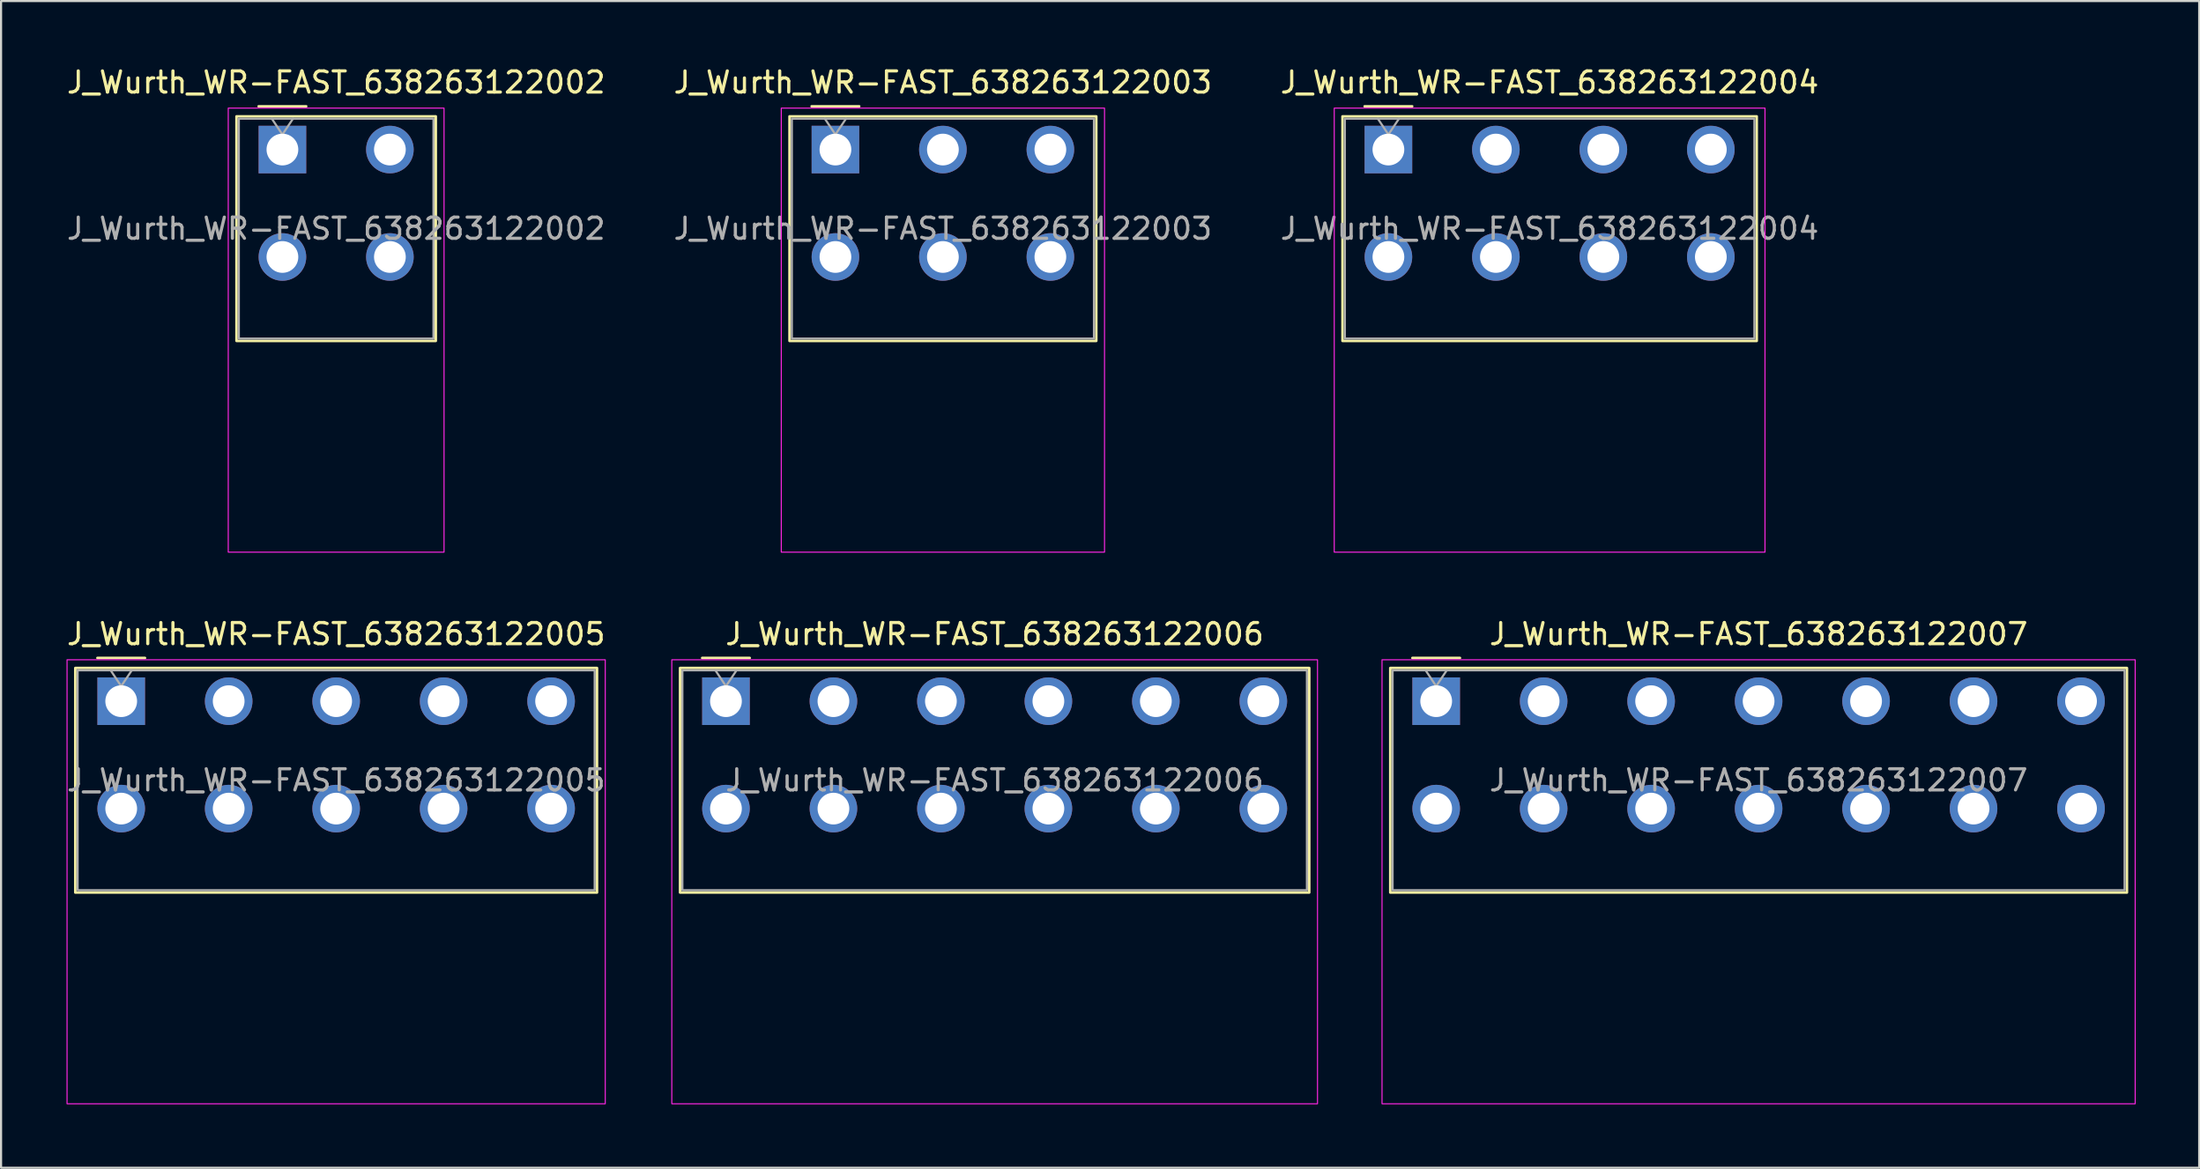
<source format=kicad_pcb>
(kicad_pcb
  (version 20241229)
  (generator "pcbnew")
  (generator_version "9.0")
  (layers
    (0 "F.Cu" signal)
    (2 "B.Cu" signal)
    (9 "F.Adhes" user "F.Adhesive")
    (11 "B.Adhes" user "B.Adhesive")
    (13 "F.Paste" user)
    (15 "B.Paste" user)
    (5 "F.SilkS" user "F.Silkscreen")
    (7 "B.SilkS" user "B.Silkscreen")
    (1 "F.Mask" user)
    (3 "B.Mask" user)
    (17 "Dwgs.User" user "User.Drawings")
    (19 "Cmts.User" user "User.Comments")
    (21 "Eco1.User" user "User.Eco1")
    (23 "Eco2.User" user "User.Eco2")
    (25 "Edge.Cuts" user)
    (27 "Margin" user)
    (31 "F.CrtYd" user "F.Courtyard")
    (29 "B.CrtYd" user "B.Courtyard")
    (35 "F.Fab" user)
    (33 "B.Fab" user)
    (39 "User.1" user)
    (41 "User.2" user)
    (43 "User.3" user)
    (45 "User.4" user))
  (footprint "J_Wurth_WR-FAST_638263122003"
    (layer "F.Cu")
    (at 36.438 4.023)
    (property "Reference" "J_Wurth_WR-FAST_638263122003" (at 5.08 -3.175 0) (unlocked yes) (layer "F.SilkS") (effects (font (size 1 1) (thickness 0.15))))
    (attr through_hole)
    (fp_line (start -1.125 -2.045) (end 1.125 -2.045) (stroke (width 0.12) (type solid)) (layer "F.SilkS"))
    (fp_rect (start -2.17 -1.57) (end 12.33 9.05) (stroke (width 0.12) (type solid)) (fill no) (layer "F.SilkS"))
    (fp_rect (start -2.56 -1.96) (end 12.72 19.04) (stroke (width 0.05) (type solid)) (fill no) (layer "F.CrtYd"))
    (fp_line (start 0 -0.71) (end -0.5 -1.46) (stroke (width 0.1) (type solid)) (layer "F.Fab"))
    (fp_line (start 0 -0.71) (end 0.5 -1.46) (stroke (width 0.1) (type solid)) (layer "F.Fab"))
    (fp_rect (start -2.06 -1.46) (end 12.22 8.94) (stroke (width 0.1) (type solid)) (fill no) (layer "F.Fab"))
    (fp_text user "${REFERENCE}" (at 5.08 3.74 0) (unlocked yes) (layer "F.Fab") (effects (font (size 1 1) (thickness 0.15))))
    (pad "1" thru_hole rect (at 0 0) (size 2.25 2.25) (drill 1.5) (layers "*.Cu" "*.Mask"))
    (pad "2" thru_hole circle (at 5.08 0) (size 2.25 2.25) (drill 1.5) (layers "*.Cu" "*.Mask"))
    (pad "3" thru_hole circle (at 10.16 0) (size 2.25 2.25) (drill 1.5) (layers "*.Cu" "*.Mask"))
    (pad "A1" thru_hole circle (at 0 5.08) (size 2.25 2.25) (drill 1.5) (layers "*.Cu" "*.Mask"))
    (pad "A2" thru_hole circle (at 5.08 5.08) (size 2.25 2.25) (drill 1.5) (layers "*.Cu" "*.Mask"))
    (pad "A3" thru_hole circle (at 10.16 5.08) (size 2.25 2.25) (drill 1.5) (layers "*.Cu" "*.Mask")))
  (footprint "J_Wurth_WR-FAST_638263122002"
    (layer "F.Cu")
    (at 10.299 4.023)
    (property "Reference" "J_Wurth_WR-FAST_638263122002" (at 2.54 -3.175 0) (unlocked yes) (layer "F.SilkS") (effects (font (size 1 1) (thickness 0.15))))
    (attr through_hole)
    (fp_line (start -1.125 -2.045) (end 1.125 -2.045) (stroke (width 0.12) (type solid)) (layer "F.SilkS"))
    (fp_rect (start -2.17 -1.57) (end 7.25 9.05) (stroke (width 0.12) (type default)) (fill no) (layer "F.SilkS"))
    (fp_rect (start -2.56 -1.96) (end 7.64 19.04) (stroke (width 0.05) (type solid)) (fill no) (layer "F.CrtYd"))
    (fp_line (start 0 -0.71) (end -0.5 -1.46) (stroke (width 0.1) (type solid)) (layer "F.Fab"))
    (fp_line (start 0 -0.71) (end 0.5 -1.46) (stroke (width 0.1) (type solid)) (layer "F.Fab"))
    (fp_rect (start -2.06 -1.46) (end 7.14 8.94) (stroke (width 0.1) (type solid)) (fill no) (layer "F.Fab"))
    (fp_text user "${REFERENCE}" (at 2.54 3.74 0) (unlocked yes) (layer "F.Fab") (effects (font (size 1 1) (thickness 0.15))))
    (pad "1" thru_hole rect (at 0 0) (size 2.25 2.25) (drill 1.5) (layers "*.Cu" "*.Mask"))
    (pad "2" thru_hole circle (at 5.08 0) (size 2.25 2.25) (drill 1.5) (layers "*.Cu" "*.Mask"))
    (pad "A1" thru_hole circle (at 0 5.08) (size 2.25 2.25) (drill 1.5) (layers "*.Cu" "*.Mask"))
    (pad "A2" thru_hole circle (at 5.08 5.08) (size 2.25 2.25) (drill 1.5) (layers "*.Cu" "*.Mask")))
  (footprint "J_Wurth_WR-FAST_638263122006"
    (layer "F.Cu")
    (at 31.264 30.111)
    (property "Reference" "J_Wurth_WR-FAST_638263122006" (at 12.7 -3.175 0) (unlocked yes) (layer "F.SilkS") (effects (font (size 1 1) (thickness 0.15))))
    (attr through_hole)
    (fp_line (start -1.125 -2.045) (end 1.125 -2.045) (stroke (width 0.12) (type solid)) (layer "F.SilkS"))
    (fp_rect (start -2.17 -1.57) (end 27.57 9.05) (stroke (width 0.12) (type solid)) (fill no) (layer "F.SilkS"))
    (fp_rect (start -2.56 -1.96) (end 27.96 19.04) (stroke (width 0.05) (type solid)) (fill no) (layer "F.CrtYd"))
    (fp_line (start 0 -0.71) (end -0.5 -1.46) (stroke (width 0.1) (type solid)) (layer "F.Fab"))
    (fp_line (start 0 -0.71) (end 0.5 -1.46) (stroke (width 0.1) (type solid)) (layer "F.Fab"))
    (fp_rect (start -2.06 -1.46) (end 27.46 8.94) (stroke (width 0.1) (type solid)) (fill no) (layer "F.Fab"))
    (fp_text user "${REFERENCE}" (at 12.7 3.74 0) (unlocked yes) (layer "F.Fab") (effects (font (size 1 1) (thickness 0.15))))
    (pad "1" thru_hole rect (at 0 0) (size 2.25 2.25) (drill 1.5) (layers "*.Cu" "*.Mask"))
    (pad "2" thru_hole circle (at 5.08 0) (size 2.25 2.25) (drill 1.5) (layers "*.Cu" "*.Mask"))
    (pad "3" thru_hole circle (at 10.16 0) (size 2.25 2.25) (drill 1.5) (layers "*.Cu" "*.Mask"))
    (pad "4" thru_hole circle (at 15.24 0) (size 2.25 2.25) (drill 1.5) (layers "*.Cu" "*.Mask"))
    (pad "5" thru_hole circle (at 20.32 0) (size 2.25 2.25) (drill 1.5) (layers "*.Cu" "*.Mask"))
    (pad "6" thru_hole circle (at 25.4 0) (size 2.25 2.25) (drill 1.5) (layers "*.Cu" "*.Mask"))
    (pad "A1" thru_hole circle (at 0 5.08) (size 2.25 2.25) (drill 1.5) (layers "*.Cu" "*.Mask"))
    (pad "A2" thru_hole circle (at 5.08 5.08) (size 2.25 2.25) (drill 1.5) (layers "*.Cu" "*.Mask"))
    (pad "A3" thru_hole circle (at 10.16 5.08) (size 2.25 2.25) (drill 1.5) (layers "*.Cu" "*.Mask"))
    (pad "A4" thru_hole circle (at 15.24 5.08) (size 2.25 2.25) (drill 1.5) (layers "*.Cu" "*.Mask"))
    (pad "A5" thru_hole circle (at 20.32 5.08) (size 2.25 2.25) (drill 1.5) (layers "*.Cu" "*.Mask"))
    (pad "A6" thru_hole circle (at 25.4 5.08) (size 2.25 2.25) (drill 1.5) (layers "*.Cu" "*.Mask")))
  (footprint "J_Wurth_WR-FAST_638263122007"
    (layer "F.Cu")
    (at 64.834 30.111)
    (property "Reference" "J_Wurth_WR-FAST_638263122007" (at 15.24 -3.175 0) (unlocked yes) (layer "F.SilkS") (effects (font (size 1 1) (thickness 0.15))))
    (attr through_hole)
    (fp_line (start -1.125 -2.045) (end 1.125 -2.045) (stroke (width 0.12) (type solid)) (layer "F.SilkS"))
    (fp_rect (start -2.17 -1.57) (end 32.65 9.05) (stroke (width 0.12) (type solid)) (fill no) (layer "F.SilkS"))
    (fp_rect (start -2.56 -1.96) (end 33.04 19.04) (stroke (width 0.05) (type solid)) (fill no) (layer "F.CrtYd"))
    (fp_line (start 0 -0.71) (end -0.5 -1.46) (stroke (width 0.1) (type solid)) (layer "F.Fab"))
    (fp_line (start 0 -0.71) (end 0.5 -1.46) (stroke (width 0.1) (type solid)) (layer "F.Fab"))
    (fp_rect (start -2.06 -1.46) (end 32.54 8.94) (stroke (width 0.1) (type solid)) (fill no) (layer "F.Fab"))
    (fp_text user "${REFERENCE}" (at 15.24 3.74 0) (unlocked yes) (layer "F.Fab") (effects (font (size 1 1) (thickness 0.15))))
    (pad "1" thru_hole rect (at 0 0) (size 2.25 2.25) (drill 1.5) (layers "*.Cu" "*.Mask"))
    (pad "2" thru_hole circle (at 5.08 0) (size 2.25 2.25) (drill 1.5) (layers "*.Cu" "*.Mask"))
    (pad "3" thru_hole circle (at 10.16 0) (size 2.25 2.25) (drill 1.5) (layers "*.Cu" "*.Mask"))
    (pad "4" thru_hole circle (at 15.24 0) (size 2.25 2.25) (drill 1.5) (layers "*.Cu" "*.Mask"))
    (pad "5" thru_hole circle (at 20.32 0) (size 2.25 2.25) (drill 1.5) (layers "*.Cu" "*.Mask"))
    (pad "6" thru_hole circle (at 25.4 0) (size 2.25 2.25) (drill 1.5) (layers "*.Cu" "*.Mask"))
    (pad "7" thru_hole circle (at 30.48 0) (size 2.25 2.25) (drill 1.5) (layers "*.Cu" "*.Mask"))
    (pad "A1" thru_hole circle (at 0 5.08) (size 2.25 2.25) (drill 1.5) (layers "*.Cu" "*.Mask"))
    (pad "A2" thru_hole circle (at 5.08 5.08) (size 2.25 2.25) (drill 1.5) (layers "*.Cu" "*.Mask"))
    (pad "A3" thru_hole circle (at 10.16 5.08) (size 2.25 2.25) (drill 1.5) (layers "*.Cu" "*.Mask"))
    (pad "A4" thru_hole circle (at 15.24 5.08) (size 2.25 2.25) (drill 1.5) (layers "*.Cu" "*.Mask"))
    (pad "A5" thru_hole circle (at 20.32 5.08) (size 2.25 2.25) (drill 1.5) (layers "*.Cu" "*.Mask"))
    (pad "A6" thru_hole circle (at 25.4 5.08) (size 2.25 2.25) (drill 1.5) (layers "*.Cu" "*.Mask"))
    (pad "A7" thru_hole circle (at 30.48 5.08) (size 2.25 2.25) (drill 1.5) (layers "*.Cu" "*.Mask")))
  (footprint "J_Wurth_WR-FAST_638263122005"
    (layer "F.Cu")
    (at 2.679 30.111)
    (property "Reference" "J_Wurth_WR-FAST_638263122005" (at 10.16 -3.175 0) (unlocked yes) (layer "F.SilkS") (effects (font (size 1 1) (thickness 0.15))))
    (attr through_hole)
    (fp_line (start -1.125 -2.045) (end 1.125 -2.045) (stroke (width 0.12) (type solid)) (layer "F.SilkS"))
    (fp_rect (start -2.17 -1.57) (end 22.49 9.05) (stroke (width 0.12) (type solid)) (fill no) (layer "F.SilkS"))
    (fp_rect (start -2.56 -1.96) (end 22.88 19.04) (stroke (width 0.05) (type solid)) (fill no) (layer "F.CrtYd"))
    (fp_line (start 0 -0.71) (end -0.5 -1.46) (stroke (width 0.1) (type solid)) (layer "F.Fab"))
    (fp_line (start 0 -0.71) (end 0.5 -1.46) (stroke (width 0.1) (type solid)) (layer "F.Fab"))
    (fp_rect (start -2.06 -1.46) (end 22.38 8.94) (stroke (width 0.1) (type solid)) (fill no) (layer "F.Fab"))
    (fp_text user "${REFERENCE}" (at 10.16 3.74 0) (unlocked yes) (layer "F.Fab") (effects (font (size 1 1) (thickness 0.15))))
    (pad "1" thru_hole rect (at 0 0) (size 2.25 2.25) (drill 1.5) (layers "*.Cu" "*.Mask"))
    (pad "2" thru_hole circle (at 5.08 0) (size 2.25 2.25) (drill 1.5) (layers "*.Cu" "*.Mask"))
    (pad "3" thru_hole circle (at 10.16 0) (size 2.25 2.25) (drill 1.5) (layers "*.Cu" "*.Mask"))
    (pad "4" thru_hole circle (at 15.24 0) (size 2.25 2.25) (drill 1.5) (layers "*.Cu" "*.Mask"))
    (pad "5" thru_hole circle (at 20.32 0) (size 2.25 2.25) (drill 1.5) (layers "*.Cu" "*.Mask"))
    (pad "A1" thru_hole circle (at 0 5.08) (size 2.25 2.25) (drill 1.5) (layers "*.Cu" "*.Mask"))
    (pad "A2" thru_hole circle (at 5.08 5.08) (size 2.25 2.25) (drill 1.5) (layers "*.Cu" "*.Mask"))
    (pad "A3" thru_hole circle (at 10.16 5.08) (size 2.25 2.25) (drill 1.5) (layers "*.Cu" "*.Mask"))
    (pad "A4" thru_hole circle (at 15.24 5.08) (size 2.25 2.25) (drill 1.5) (layers "*.Cu" "*.Mask"))
    (pad "A5" thru_hole circle (at 20.32 5.08) (size 2.25 2.25) (drill 1.5) (layers "*.Cu" "*.Mask")))
  (footprint "J_Wurth_WR-FAST_638263122004"
    (layer "F.Cu")
    (at 62.576 4.023)
    (property "Reference" "J_Wurth_WR-FAST_638263122004" (at 7.62 -3.175 0) (unlocked yes) (layer "F.SilkS") (effects (font (size 1 1) (thickness 0.15))))
    (attr through_hole)
    (fp_line (start -1.125 -2.045) (end 1.125 -2.045) (stroke (width 0.12) (type solid)) (layer "F.SilkS"))
    (fp_rect (start -2.17 -1.57) (end 17.41 9.05) (stroke (width 0.12) (type solid)) (fill no) (layer "F.SilkS"))
    (fp_rect (start -2.56 -1.96) (end 17.8 19.04) (stroke (width 0.05) (type solid)) (fill no) (layer "F.CrtYd"))
    (fp_line (start 0 -0.71) (end -0.5 -1.46) (stroke (width 0.1) (type solid)) (layer "F.Fab"))
    (fp_line (start 0 -0.71) (end 0.5 -1.46) (stroke (width 0.1) (type solid)) (layer "F.Fab"))
    (fp_rect (start -2.06 -1.46) (end 17.3 8.94) (stroke (width 0.1) (type solid)) (fill no) (layer "F.Fab"))
    (fp_text user "${REFERENCE}" (at 7.62 3.74 0) (unlocked yes) (layer "F.Fab") (effects (font (size 1 1) (thickness 0.15))))
    (pad "1" thru_hole rect (at 0 0) (size 2.25 2.25) (drill 1.5) (layers "*.Cu" "*.Mask"))
    (pad "2" thru_hole circle (at 5.08 0) (size 2.25 2.25) (drill 1.5) (layers "*.Cu" "*.Mask"))
    (pad "3" thru_hole circle (at 10.16 0) (size 2.25 2.25) (drill 1.5) (layers "*.Cu" "*.Mask"))
    (pad "4" thru_hole circle (at 15.24 0) (size 2.25 2.25) (drill 1.5) (layers "*.Cu" "*.Mask"))
    (pad "A1" thru_hole circle (at 0 5.08) (size 2.25 2.25) (drill 1.5) (layers "*.Cu" "*.Mask"))
    (pad "A2" thru_hole circle (at 5.08 5.08) (size 2.25 2.25) (drill 1.5) (layers "*.Cu" "*.Mask"))
    (pad "A3" thru_hole circle (at 10.16 5.08) (size 2.25 2.25) (drill 1.5) (layers "*.Cu" "*.Mask"))
    (pad "A4" thru_hole circle (at 15.24 5.08) (size 2.25 2.25) (drill 1.5) (layers "*.Cu" "*.Mask")))
  (gr_rect
    (start -3 -3)
    (end 100.899 52.176)
    (stroke (width 0.1) (type default))
    (fill no)
    (layer "Edge.Cuts")))
</source>
